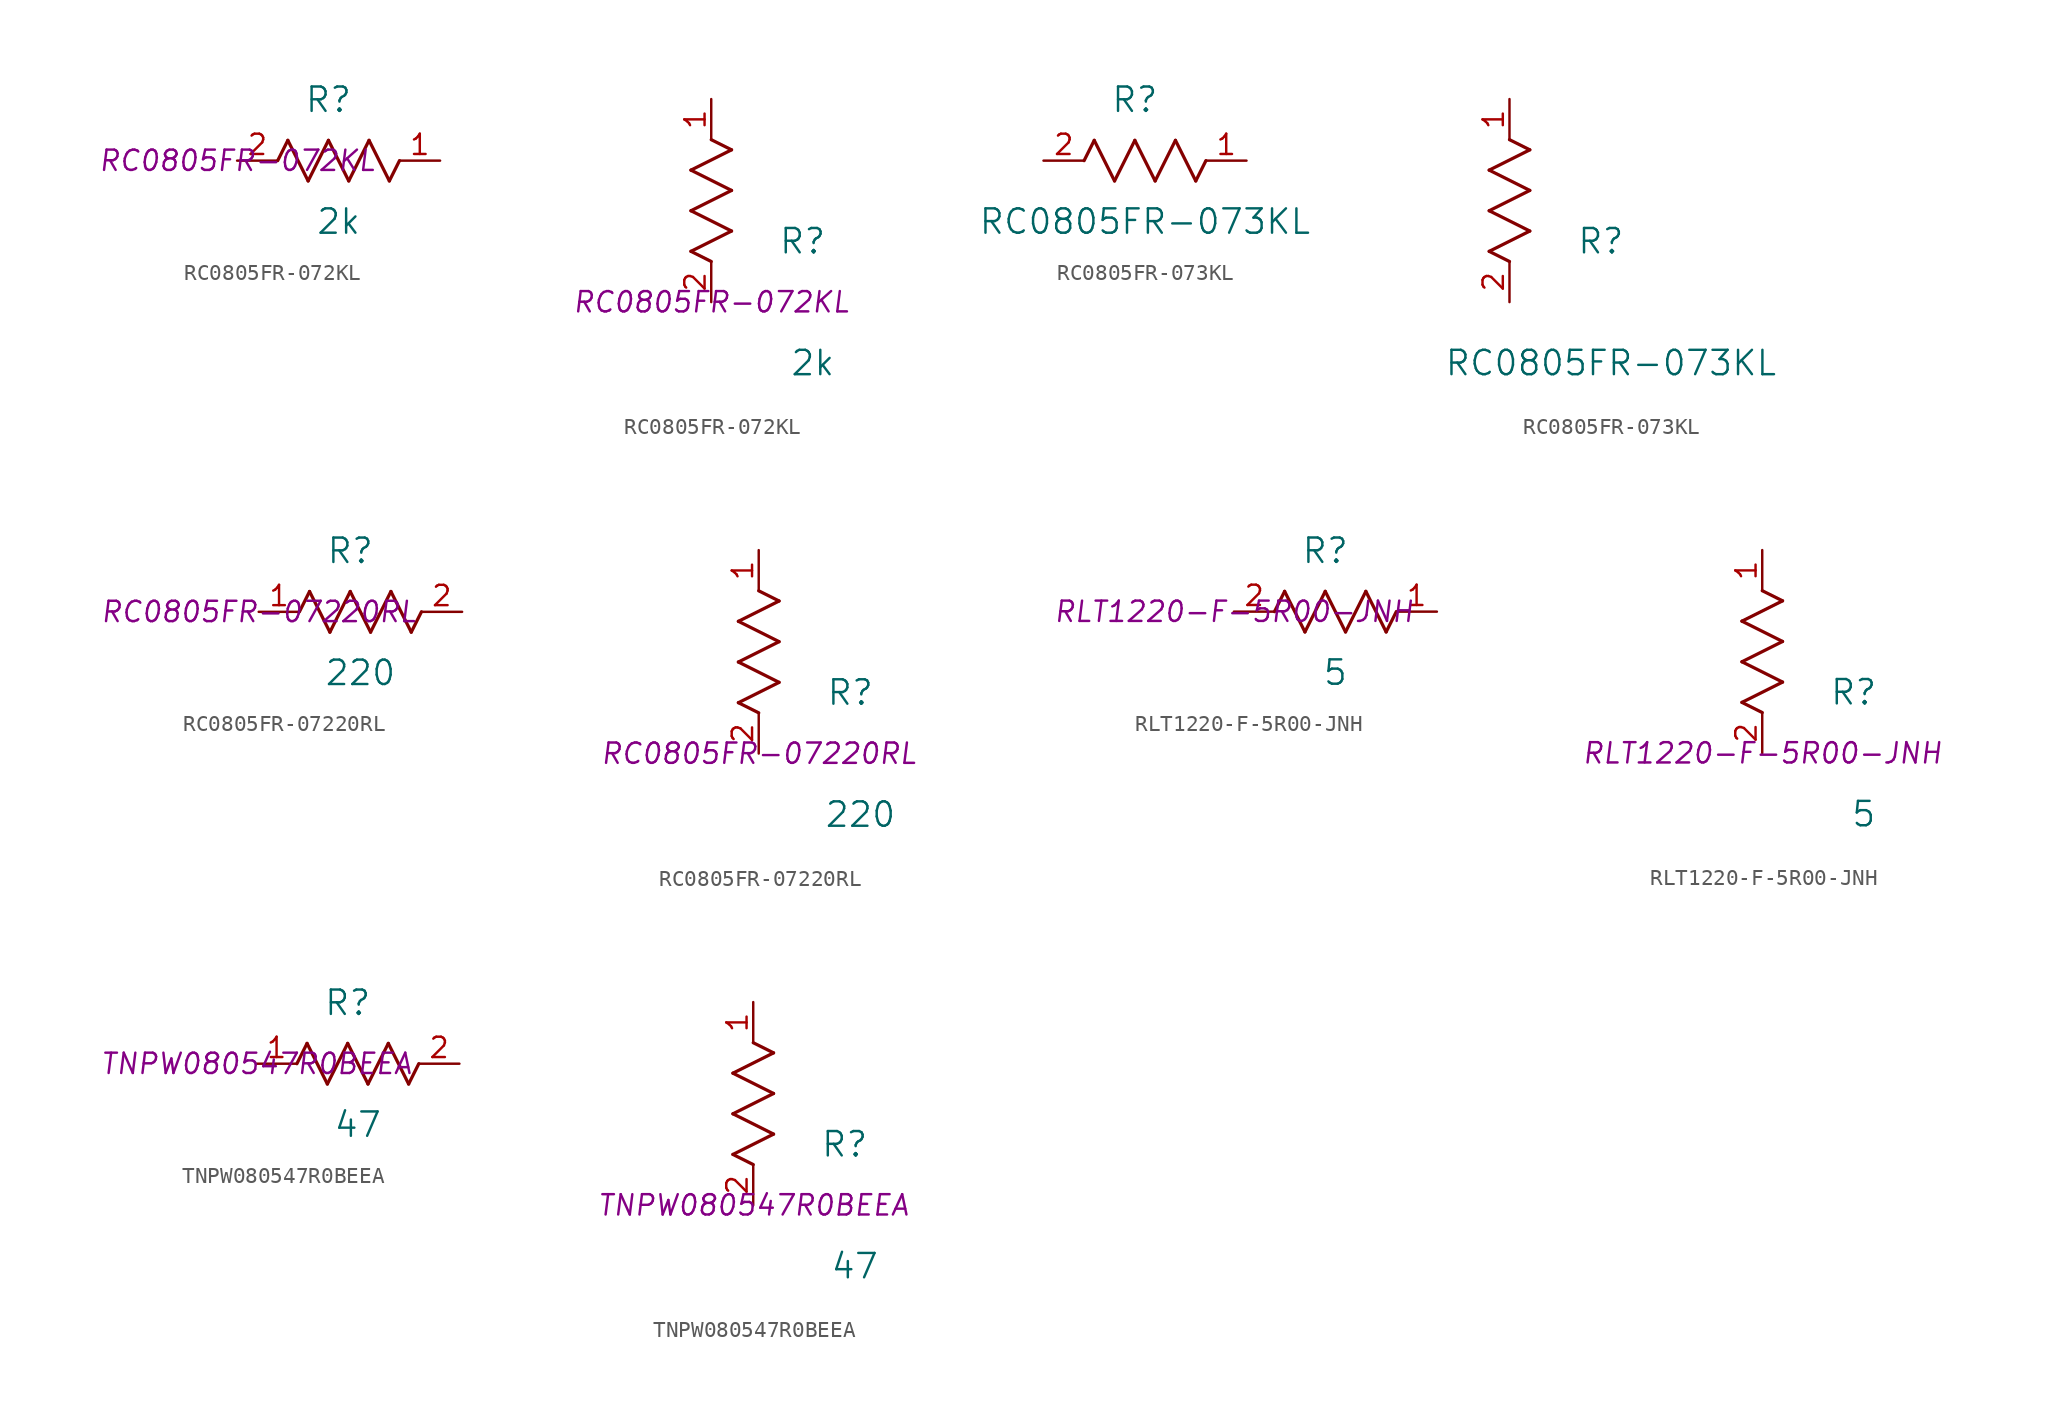
<source format=kicad_sym>
(kicad_symbol_lib
  (version 20231120)
  (generator "kicad_symbol_editor")
  (generator_version "8.0")
  (symbol "RC0805FR-072KL"
    (pin_names
      (offset 0.254))
    (property "Reference" "R"
      (at 5.715 3.81 0)
      (effects (font (size 1.524 1.524))))
    (property "Value" "2k"
      (at 6.35 -3.81 0)
      (effects (font (size 1.524 1.524))))
    (property "Datasheet" "RC0805FR-072KL"
      (at 0 0 0)
      (effects (font (size 1.27 1.27) (italic yes))))
    (symbol "RC0805FR-072KL_1_1"
      (polyline (pts (xy 2.54 0) (xy 3.175 1.27)) (stroke (width 0.203) (type default)) (fill (type none)))
      (polyline (pts (xy 3.175 1.27) (xy 4.445 -1.27)) (stroke (width 0.203) (type default)) (fill (type none)))
      (polyline (pts (xy 4.445 -1.27) (xy 5.715 1.27)) (stroke (width 0.203) (type default)) (fill (type none)))
      (polyline (pts (xy 5.715 1.27) (xy 6.985 -1.27)) (stroke (width 0.203) (type default)) (fill (type none)))
      (polyline (pts (xy 6.985 -1.27) (xy 8.255 1.27)) (stroke (width 0.203) (type default)) (fill (type none)))
      (polyline (pts (xy 8.255 1.27) (xy 9.525 -1.27)) (stroke (width 0.203) (type default)) (fill (type none)))
      (polyline (pts (xy 9.525 -1.27) (xy 10.16 0)) (stroke (width 0.203) (type default)) (fill (type none)))
      (pin unspecified line (at 12.7 0 180) (length 2.54) (name "" (effects (font (size 1.27 1.27)))) (number "1" (effects (font (size 1.27 1.27)))))
      (pin unspecified line (at 0 0 0) (length 2.54) (name "" (effects (font (size 1.27 1.27)))) (number "2" (effects (font (size 1.27 1.27))))))
    (symbol "RC0805FR-072KL_1_2"
      (polyline (pts (xy -1.27 3.175) (xy 1.27 4.445)) (stroke (width 0.203) (type default)) (fill (type none)))
      (polyline (pts (xy -1.27 5.715) (xy 1.27 6.985)) (stroke (width 0.203) (type default)) (fill (type none)))
      (polyline (pts (xy -1.27 8.255) (xy 1.27 9.525)) (stroke (width 0.203) (type default)) (fill (type none)))
      (polyline (pts (xy 0 2.54) (xy -1.27 3.175)) (stroke (width 0.203) (type default)) (fill (type none)))
      (polyline (pts (xy 1.27 4.445) (xy -1.27 5.715)) (stroke (width 0.203) (type default)) (fill (type none)))
      (polyline (pts (xy 1.27 6.985) (xy -1.27 8.255)) (stroke (width 0.203) (type default)) (fill (type none)))
      (polyline (pts (xy 1.27 9.525) (xy 0 10.16)) (stroke (width 0.203) (type default)) (fill (type none)))
      (pin unspecified line (at 0 12.7 270) (length 2.54) (name "" (effects (font (size 1.27 1.27)))) (number "1" (effects (font (size 1.27 1.27)))))
      (pin unspecified line (at 0 0 90) (length 2.54) (name "" (effects (font (size 1.27 1.27)))) (number "2" (effects (font (size 1.27 1.27)))))))
  (symbol "RC0805FR-073KL"
    (pin_names
      (offset 0.254))
    (property "Reference" "R"
      (at 5.715 3.81 0)
      (effects (font (size 1.524 1.524))))
    (property "Value" "RC0805FR-073KL"
      (at 6.35 -3.81 0)
      (effects (font (size 1.524 1.524))))
    (property "ki_locked" ""
      (at 0 0 0)
      (effects (font (size 1.27 1.27))))
    (symbol "RC0805FR-073KL_1_1"
      (polyline (pts (xy 2.54 0) (xy 3.175 1.27)) (stroke (width 0.203) (type default)) (fill (type none)))
      (polyline (pts (xy 3.175 1.27) (xy 4.445 -1.27)) (stroke (width 0.203) (type default)) (fill (type none)))
      (polyline (pts (xy 4.445 -1.27) (xy 5.715 1.27)) (stroke (width 0.203) (type default)) (fill (type none)))
      (polyline (pts (xy 5.715 1.27) (xy 6.985 -1.27)) (stroke (width 0.203) (type default)) (fill (type none)))
      (polyline (pts (xy 6.985 -1.27) (xy 8.255 1.27)) (stroke (width 0.203) (type default)) (fill (type none)))
      (polyline (pts (xy 8.255 1.27) (xy 9.525 -1.27)) (stroke (width 0.203) (type default)) (fill (type none)))
      (polyline (pts (xy 9.525 -1.27) (xy 10.16 0)) (stroke (width 0.203) (type default)) (fill (type none)))
      (pin unspecified line (at 12.7 0 180) (length 2.54) (name "" (effects (font (size 1.27 1.27)))) (number "1" (effects (font (size 1.27 1.27)))))
      (pin unspecified line (at 0 0 0) (length 2.54) (name "" (effects (font (size 1.27 1.27)))) (number "2" (effects (font (size 1.27 1.27))))))
    (symbol "RC0805FR-073KL_1_2"
      (polyline (pts (xy -1.27 3.175) (xy 1.27 4.445)) (stroke (width 0.203) (type default)) (fill (type none)))
      (polyline (pts (xy -1.27 5.715) (xy 1.27 6.985)) (stroke (width 0.203) (type default)) (fill (type none)))
      (polyline (pts (xy -1.27 8.255) (xy 1.27 9.525)) (stroke (width 0.203) (type default)) (fill (type none)))
      (polyline (pts (xy 0 2.54) (xy -1.27 3.175)) (stroke (width 0.203) (type default)) (fill (type none)))
      (polyline (pts (xy 1.27 4.445) (xy -1.27 5.715)) (stroke (width 0.203) (type default)) (fill (type none)))
      (polyline (pts (xy 1.27 6.985) (xy -1.27 8.255)) (stroke (width 0.203) (type default)) (fill (type none)))
      (polyline (pts (xy 1.27 9.525) (xy 0 10.16)) (stroke (width 0.203) (type default)) (fill (type none)))
      (pin unspecified line (at 0 12.7 270) (length 2.54) (name "" (effects (font (size 1.27 1.27)))) (number "1" (effects (font (size 1.27 1.27)))))
      (pin unspecified line (at 0 0 90) (length 2.54) (name "" (effects (font (size 1.27 1.27)))) (number "2" (effects (font (size 1.27 1.27)))))))
  (symbol "RC0805FR-07220RL"
    (pin_names
      (offset 0.254))
    (property "Reference" "R"
      (at 5.715 3.81 0)
      (effects (font (size 1.524 1.524))))
    (property "Value" "220"
      (at 6.35 -3.81 0)
      (effects (font (size 1.524 1.524))))
    (property "Datasheet" "RC0805FR-07220RL"
      (at 0 0 0)
      (effects (font (size 1.27 1.27) (italic yes))))
    (symbol "RC0805FR-07220RL_1_1"
      (polyline (pts (xy 2.54 0) (xy 3.175 1.27)) (stroke (width 0.203) (type default)) (fill (type none)))
      (polyline (pts (xy 3.175 1.27) (xy 4.445 -1.27)) (stroke (width 0.203) (type default)) (fill (type none)))
      (polyline (pts (xy 4.445 -1.27) (xy 5.715 1.27)) (stroke (width 0.203) (type default)) (fill (type none)))
      (polyline (pts (xy 5.715 1.27) (xy 6.985 -1.27)) (stroke (width 0.203) (type default)) (fill (type none)))
      (polyline (pts (xy 6.985 -1.27) (xy 8.255 1.27)) (stroke (width 0.203) (type default)) (fill (type none)))
      (polyline (pts (xy 8.255 1.27) (xy 9.525 -1.27)) (stroke (width 0.203) (type default)) (fill (type none)))
      (polyline (pts (xy 9.525 -1.27) (xy 10.16 0)) (stroke (width 0.203) (type default)) (fill (type none)))
      (pin unspecified line (at 0 0 0) (length 2.54) (name "" (effects (font (size 1.27 1.27)))) (number "1" (effects (font (size 1.27 1.27)))))
      (pin unspecified line (at 12.7 0 180) (length 2.54) (name "" (effects (font (size 1.27 1.27)))) (number "2" (effects (font (size 1.27 1.27))))))
    (symbol "RC0805FR-07220RL_1_2"
      (polyline (pts (xy -1.27 3.175) (xy 1.27 4.445)) (stroke (width 0.203) (type default)) (fill (type none)))
      (polyline (pts (xy -1.27 5.715) (xy 1.27 6.985)) (stroke (width 0.203) (type default)) (fill (type none)))
      (polyline (pts (xy -1.27 8.255) (xy 1.27 9.525)) (stroke (width 0.203) (type default)) (fill (type none)))
      (polyline (pts (xy 0 2.54) (xy -1.27 3.175)) (stroke (width 0.203) (type default)) (fill (type none)))
      (polyline (pts (xy 1.27 4.445) (xy -1.27 5.715)) (stroke (width 0.203) (type default)) (fill (type none)))
      (polyline (pts (xy 1.27 6.985) (xy -1.27 8.255)) (stroke (width 0.203) (type default)) (fill (type none)))
      (polyline (pts (xy 1.27 9.525) (xy 0 10.16)) (stroke (width 0.203) (type default)) (fill (type none)))
      (pin unspecified line (at 0 12.7 270) (length 2.54) (name "" (effects (font (size 1.27 1.27)))) (number "1" (effects (font (size 1.27 1.27)))))
      (pin unspecified line (at 0 0 90) (length 2.54) (name "" (effects (font (size 1.27 1.27)))) (number "2" (effects (font (size 1.27 1.27)))))))
  (symbol "RLT1220-F-5R00-JNH"
    (pin_names
      (offset 0.254))
    (property "Reference" "R"
      (at 5.715 3.81 0)
      (effects (font (size 1.524 1.524))))
    (property "Value" "5"
      (at 6.35 -3.81 0)
      (effects (font (size 1.524 1.524))))
    (property "Datasheet" "RLT1220-F-5R00-JNH "
      (at 0 0 0)
      (effects (font (size 1.27 1.27) (italic yes))))
    (symbol "RLT1220-F-5R00-JNH_1_1"
      (polyline (pts (xy 2.54 0) (xy 3.175 1.27)) (stroke (width 0.203) (type default)) (fill (type none)))
      (polyline (pts (xy 3.175 1.27) (xy 4.445 -1.27)) (stroke (width 0.203) (type default)) (fill (type none)))
      (polyline (pts (xy 4.445 -1.27) (xy 5.715 1.27)) (stroke (width 0.203) (type default)) (fill (type none)))
      (polyline (pts (xy 5.715 1.27) (xy 6.985 -1.27)) (stroke (width 0.203) (type default)) (fill (type none)))
      (polyline (pts (xy 6.985 -1.27) (xy 8.255 1.27)) (stroke (width 0.203) (type default)) (fill (type none)))
      (polyline (pts (xy 8.255 1.27) (xy 9.525 -1.27)) (stroke (width 0.203) (type default)) (fill (type none)))
      (polyline (pts (xy 9.525 -1.27) (xy 10.16 0)) (stroke (width 0.203) (type default)) (fill (type none)))
      (pin unspecified line (at 12.7 0 180) (length 2.54) (name "" (effects (font (size 1.27 1.27)))) (number "1" (effects (font (size 1.27 1.27)))))
      (pin unspecified line (at 0 0 0) (length 2.54) (name "" (effects (font (size 1.27 1.27)))) (number "2" (effects (font (size 1.27 1.27))))))
    (symbol "RLT1220-F-5R00-JNH_1_2"
      (polyline (pts (xy -1.27 3.175) (xy 1.27 4.445)) (stroke (width 0.203) (type default)) (fill (type none)))
      (polyline (pts (xy -1.27 5.715) (xy 1.27 6.985)) (stroke (width 0.203) (type default)) (fill (type none)))
      (polyline (pts (xy -1.27 8.255) (xy 1.27 9.525)) (stroke (width 0.203) (type default)) (fill (type none)))
      (polyline (pts (xy 0 2.54) (xy -1.27 3.175)) (stroke (width 0.203) (type default)) (fill (type none)))
      (polyline (pts (xy 1.27 4.445) (xy -1.27 5.715)) (stroke (width 0.203) (type default)) (fill (type none)))
      (polyline (pts (xy 1.27 6.985) (xy -1.27 8.255)) (stroke (width 0.203) (type default)) (fill (type none)))
      (polyline (pts (xy 1.27 9.525) (xy 0 10.16)) (stroke (width 0.203) (type default)) (fill (type none)))
      (pin unspecified line (at 0 12.7 270) (length 2.54) (name "" (effects (font (size 1.27 1.27)))) (number "1" (effects (font (size 1.27 1.27)))))
      (pin unspecified line (at 0 0 90) (length 2.54) (name "" (effects (font (size 1.27 1.27)))) (number "2" (effects (font (size 1.27 1.27)))))))
  (symbol "TNPW080547R0BEEA"
    (pin_names
      (offset 0.254))
    (property "Reference" "R"
      (at 5.715 3.81 0)
      (effects (font (size 1.524 1.524))))
    (property "Value" "47"
      (at 6.35 -3.81 0)
      (effects (font (size 1.524 1.524))))
    (property "Datasheet" "TNPW080547R0BEEA"
      (at 0 0 0)
      (effects (font (size 1.27 1.27) (italic yes))))
    (symbol "TNPW080547R0BEEA_1_1"
      (polyline (pts (xy 2.54 0) (xy 3.175 1.27)) (stroke (width 0.203) (type default)) (fill (type none)))
      (polyline (pts (xy 3.175 1.27) (xy 4.445 -1.27)) (stroke (width 0.203) (type default)) (fill (type none)))
      (polyline (pts (xy 4.445 -1.27) (xy 5.715 1.27)) (stroke (width 0.203) (type default)) (fill (type none)))
      (polyline (pts (xy 5.715 1.27) (xy 6.985 -1.27)) (stroke (width 0.203) (type default)) (fill (type none)))
      (polyline (pts (xy 6.985 -1.27) (xy 8.255 1.27)) (stroke (width 0.203) (type default)) (fill (type none)))
      (polyline (pts (xy 8.255 1.27) (xy 9.525 -1.27)) (stroke (width 0.203) (type default)) (fill (type none)))
      (polyline (pts (xy 9.525 -1.27) (xy 10.16 0)) (stroke (width 0.203) (type default)) (fill (type none)))
      (pin unspecified line (at 0 0 0) (length 2.54) (name "" (effects (font (size 1.27 1.27)))) (number "1" (effects (font (size 1.27 1.27)))))
      (pin unspecified line (at 12.7 0 180) (length 2.54) (name "" (effects (font (size 1.27 1.27)))) (number "2" (effects (font (size 1.27 1.27))))))
    (symbol "TNPW080547R0BEEA_1_2"
      (polyline (pts (xy -1.27 3.175) (xy 1.27 4.445)) (stroke (width 0.203) (type default)) (fill (type none)))
      (polyline (pts (xy -1.27 5.715) (xy 1.27 6.985)) (stroke (width 0.203) (type default)) (fill (type none)))
      (polyline (pts (xy -1.27 8.255) (xy 1.27 9.525)) (stroke (width 0.203) (type default)) (fill (type none)))
      (polyline (pts (xy 0 2.54) (xy -1.27 3.175)) (stroke (width 0.203) (type default)) (fill (type none)))
      (polyline (pts (xy 1.27 4.445) (xy -1.27 5.715)) (stroke (width 0.203) (type default)) (fill (type none)))
      (polyline (pts (xy 1.27 6.985) (xy -1.27 8.255)) (stroke (width 0.203) (type default)) (fill (type none)))
      (polyline (pts (xy 1.27 9.525) (xy 0 10.16)) (stroke (width 0.203) (type default)) (fill (type none)))
      (pin unspecified line (at 0 12.7 270) (length 2.54) (name "" (effects (font (size 1.27 1.27)))) (number "1" (effects (font (size 1.27 1.27)))))
      (pin unspecified line (at 0 0 90) (length 2.54) (name "" (effects (font (size 1.27 1.27)))) (number "2" (effects (font (size 1.27 1.27))))))))
</source>
